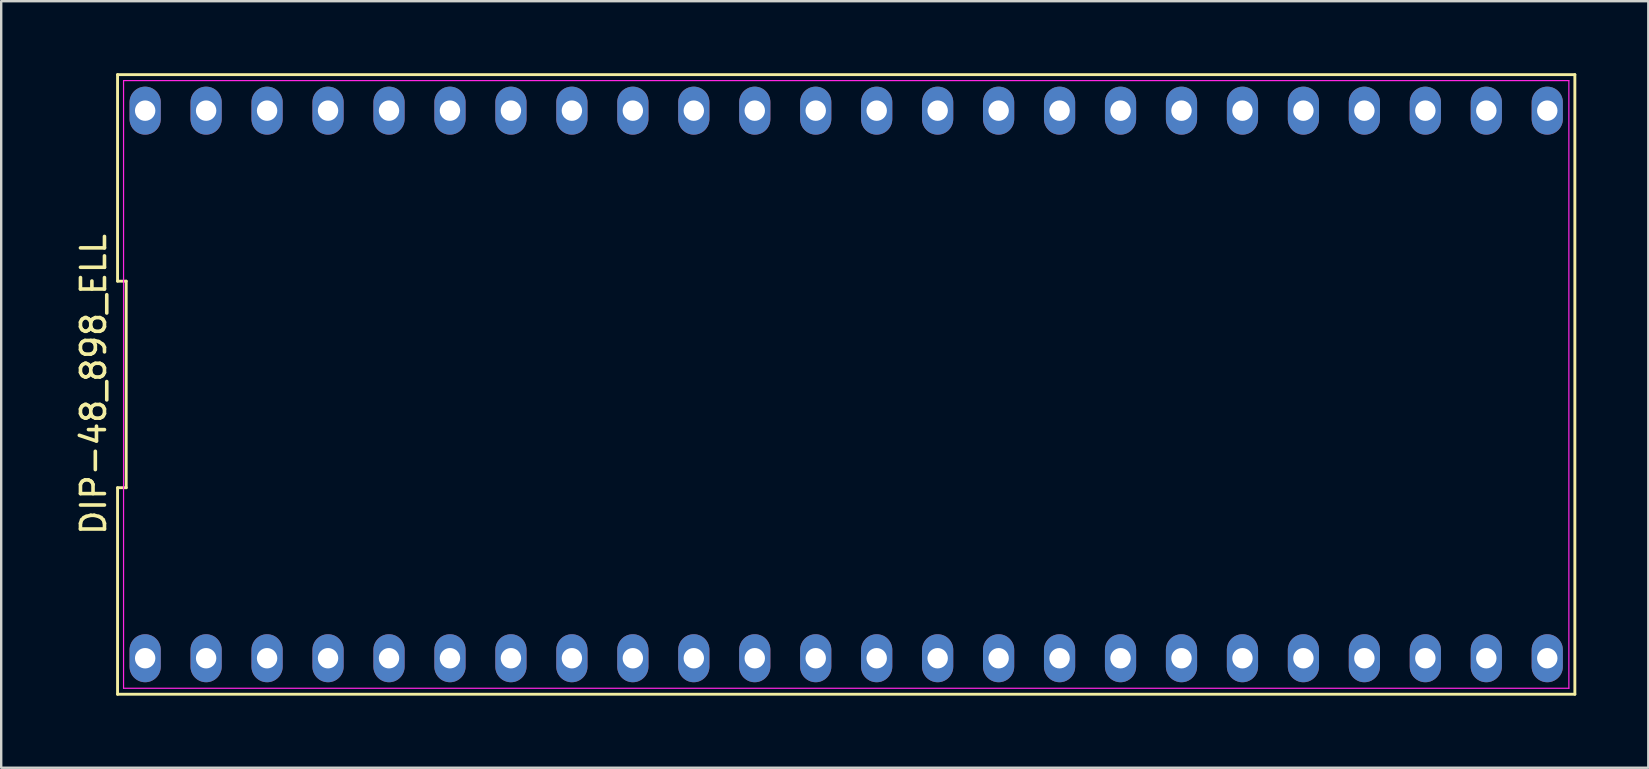
<source format=kicad_pcb>
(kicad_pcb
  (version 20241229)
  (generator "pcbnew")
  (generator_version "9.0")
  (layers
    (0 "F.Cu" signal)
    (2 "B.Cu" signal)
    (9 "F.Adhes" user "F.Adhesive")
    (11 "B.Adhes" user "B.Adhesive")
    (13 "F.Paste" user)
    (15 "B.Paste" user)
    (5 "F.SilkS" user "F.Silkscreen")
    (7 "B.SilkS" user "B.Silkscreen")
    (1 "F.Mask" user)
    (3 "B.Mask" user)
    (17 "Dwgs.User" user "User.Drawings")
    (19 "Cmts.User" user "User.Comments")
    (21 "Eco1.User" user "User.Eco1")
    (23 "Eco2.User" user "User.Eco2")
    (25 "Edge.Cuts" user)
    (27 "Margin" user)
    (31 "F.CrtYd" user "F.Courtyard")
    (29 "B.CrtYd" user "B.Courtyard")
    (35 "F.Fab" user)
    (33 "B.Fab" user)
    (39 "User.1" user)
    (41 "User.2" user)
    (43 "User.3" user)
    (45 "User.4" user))
  (footprint "DIP-48_898_ELL"
    (layer "F.Cu")
    (at 32.208 12.968)
    (property "Reference" "DIP-48_898_ELL" (at -31.36 0 90) (layer "F.SilkS") (effects (font (size 1 1) (thickness 0.15))))
    (attr through_hole)
    (fp_line (start -30.36 -12.908) (end -30.36 -4.303) (stroke (width 0.12) (type default)) (layer "F.SilkS"))
    (fp_line (start -30.36 -4.303) (end -30 -4.303) (stroke (width 0.12) (type default)) (layer "F.SilkS"))
    (fp_line (start -30.36 4.303) (end -30.36 12.908) (stroke (width 0.12) (type default)) (layer "F.SilkS"))
    (fp_line (start -30.36 12.908) (end 30.36 12.908) (stroke (width 0.12) (type default)) (layer "F.SilkS"))
    (fp_line (start -30 -4.303) (end -30 4.303) (stroke (width 0.12) (type default)) (layer "F.SilkS"))
    (fp_line (start -30 4.303) (end -30.36 4.303) (stroke (width 0.12) (type default)) (layer "F.SilkS"))
    (fp_line (start 30.36 -12.908) (end -30.36 -12.908) (stroke (width 0.12) (type default)) (layer "F.SilkS"))
    (fp_line (start 30.36 12.908) (end 30.36 -12.908) (stroke (width 0.12) (type default)) (layer "F.SilkS"))
    (fp_line (start -30.11 -12.66) (end 30.11 -12.66) (stroke (width 0.05) (type default)) (layer "F.CrtYd"))
    (fp_line (start -30.11 12.66) (end -30.11 -12.66) (stroke (width 0.05) (type default)) (layer "F.CrtYd"))
    (fp_line (start 30.11 -12.66) (end 30.11 12.66) (stroke (width 0.05) (type default)) (layer "F.CrtYd"))
    (fp_line (start 30.11 12.66) (end -30.11 12.66) (stroke (width 0.05) (type default)) (layer "F.CrtYd"))
    (pad "1" thru_hole oval (at -29.21 11.408) (size 1.3 2) (drill 0.85) (layers "*.Cu" "*.Mask"))
    (pad "2" thru_hole oval (at -26.67 11.408) (size 1.3 2) (drill 0.85) (layers "*.Cu" "*.Mask"))
    (pad "3" thru_hole oval (at -24.13 11.408) (size 1.3 2) (drill 0.85) (layers "*.Cu" "*.Mask"))
    (pad "4" thru_hole oval (at -21.59 11.408) (size 1.3 2) (drill 0.85) (layers "*.Cu" "*.Mask"))
    (pad "5" thru_hole oval (at -19.05 11.408) (size 1.3 2) (drill 0.85) (layers "*.Cu" "*.Mask"))
    (pad "6" thru_hole oval (at -16.51 11.408) (size 1.3 2) (drill 0.85) (layers "*.Cu" "*.Mask"))
    (pad "7" thru_hole oval (at -13.97 11.408) (size 1.3 2) (drill 0.85) (layers "*.Cu" "*.Mask"))
    (pad "8" thru_hole oval (at -11.43 11.408) (size 1.3 2) (drill 0.85) (layers "*.Cu" "*.Mask"))
    (pad "9" thru_hole oval (at -8.89 11.408) (size 1.3 2) (drill 0.85) (layers "*.Cu" "*.Mask"))
    (pad "10" thru_hole oval (at -6.35 11.408) (size 1.3 2) (drill 0.85) (layers "*.Cu" "*.Mask"))
    (pad "11" thru_hole oval (at -3.81 11.408) (size 1.3 2) (drill 0.85) (layers "*.Cu" "*.Mask"))
    (pad "12" thru_hole oval (at -1.27 11.408) (size 1.3 2) (drill 0.85) (layers "*.Cu" "*.Mask"))
    (pad "13" thru_hole oval (at 1.27 11.408) (size 1.3 2) (drill 0.85) (layers "*.Cu" "*.Mask"))
    (pad "14" thru_hole oval (at 3.81 11.408) (size 1.3 2) (drill 0.85) (layers "*.Cu" "*.Mask"))
    (pad "15" thru_hole oval (at 6.35 11.408) (size 1.3 2) (drill 0.85) (layers "*.Cu" "*.Mask"))
    (pad "16" thru_hole oval (at 8.89 11.408) (size 1.3 2) (drill 0.85) (layers "*.Cu" "*.Mask"))
    (pad "17" thru_hole oval (at 11.43 11.408) (size 1.3 2) (drill 0.85) (layers "*.Cu" "*.Mask"))
    (pad "18" thru_hole oval (at 13.97 11.408) (size 1.3 2) (drill 0.85) (layers "*.Cu" "*.Mask"))
    (pad "19" thru_hole oval (at 16.51 11.408) (size 1.3 2) (drill 0.85) (layers "*.Cu" "*.Mask"))
    (pad "20" thru_hole oval (at 19.05 11.408) (size 1.3 2) (drill 0.85) (layers "*.Cu" "*.Mask"))
    (pad "21" thru_hole oval (at 21.59 11.408) (size 1.3 2) (drill 0.85) (layers "*.Cu" "*.Mask"))
    (pad "22" thru_hole oval (at 24.13 11.408) (size 1.3 2) (drill 0.85) (layers "*.Cu" "*.Mask"))
    (pad "23" thru_hole oval (at 26.67 11.408) (size 1.3 2) (drill 0.85) (layers "*.Cu" "*.Mask"))
    (pad "24" thru_hole oval (at 29.21 11.408) (size 1.3 2) (drill 0.85) (layers "*.Cu" "*.Mask"))
    (pad "25" thru_hole oval (at 29.21 -11.408) (size 1.3 2) (drill 0.85) (layers "*.Cu" "*.Mask"))
    (pad "26" thru_hole oval (at 26.67 -11.408) (size 1.3 2) (drill 0.85) (layers "*.Cu" "*.Mask"))
    (pad "27" thru_hole oval (at 24.13 -11.408) (size 1.3 2) (drill 0.85) (layers "*.Cu" "*.Mask"))
    (pad "28" thru_hole oval (at 21.59 -11.408) (size 1.3 2) (drill 0.85) (layers "*.Cu" "*.Mask"))
    (pad "29" thru_hole oval (at 19.05 -11.408) (size 1.3 2) (drill 0.85) (layers "*.Cu" "*.Mask"))
    (pad "30" thru_hole oval (at 16.51 -11.408) (size 1.3 2) (drill 0.85) (layers "*.Cu" "*.Mask"))
    (pad "31" thru_hole oval (at 13.97 -11.408) (size 1.3 2) (drill 0.85) (layers "*.Cu" "*.Mask"))
    (pad "32" thru_hole oval (at 11.43 -11.408) (size 1.3 2) (drill 0.85) (layers "*.Cu" "*.Mask"))
    (pad "33" thru_hole oval (at 8.89 -11.408) (size 1.3 2) (drill 0.85) (layers "*.Cu" "*.Mask"))
    (pad "34" thru_hole oval (at 6.35 -11.408) (size 1.3 2) (drill 0.85) (layers "*.Cu" "*.Mask"))
    (pad "35" thru_hole oval (at 3.81 -11.408) (size 1.3 2) (drill 0.85) (layers "*.Cu" "*.Mask"))
    (pad "36" thru_hole oval (at 1.27 -11.408) (size 1.3 2) (drill 0.85) (layers "*.Cu" "*.Mask"))
    (pad "37" thru_hole oval (at -1.27 -11.408) (size 1.3 2) (drill 0.85) (layers "*.Cu" "*.Mask"))
    (pad "38" thru_hole oval (at -3.81 -11.408) (size 1.3 2) (drill 0.85) (layers "*.Cu" "*.Mask"))
    (pad "39" thru_hole oval (at -6.35 -11.408) (size 1.3 2) (drill 0.85) (layers "*.Cu" "*.Mask"))
    (pad "40" thru_hole oval (at -8.89 -11.408) (size 1.3 2) (drill 0.85) (layers "*.Cu" "*.Mask"))
    (pad "41" thru_hole oval (at -11.43 -11.408) (size 1.3 2) (drill 0.85) (layers "*.Cu" "*.Mask"))
    (pad "42" thru_hole oval (at -13.97 -11.408) (size 1.3 2) (drill 0.85) (layers "*.Cu" "*.Mask"))
    (pad "43" thru_hole oval (at -16.51 -11.408) (size 1.3 2) (drill 0.85) (layers "*.Cu" "*.Mask"))
    (pad "44" thru_hole oval (at -19.05 -11.408) (size 1.3 2) (drill 0.85) (layers "*.Cu" "*.Mask"))
    (pad "45" thru_hole oval (at -21.59 -11.408) (size 1.3 2) (drill 0.85) (layers "*.Cu" "*.Mask"))
    (pad "46" thru_hole oval (at -24.13 -11.408) (size 1.3 2) (drill 0.85) (layers "*.Cu" "*.Mask"))
    (pad "47" thru_hole oval (at -26.67 -11.408) (size 1.3 2) (drill 0.85) (layers "*.Cu" "*.Mask"))
    (pad "48" thru_hole oval (at -29.21 -11.408) (size 1.3 2) (drill 0.85) (layers "*.Cu" "*.Mask")))
  (gr_rect
    (start -3 -3)
    (end 65.628 28.937)
    (stroke (width 0.1) (type default))
    (fill no)
    (layer "Edge.Cuts")))
</source>
